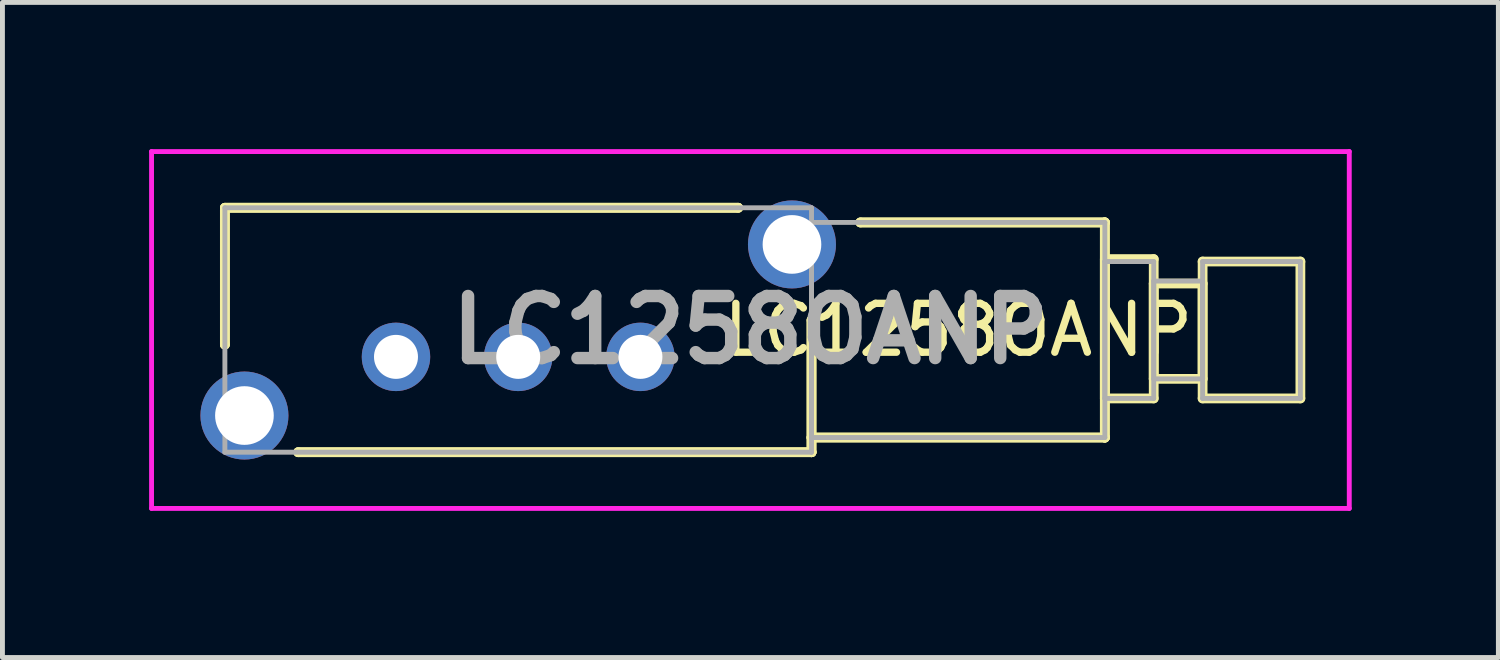
<source format=kicad_pcb>
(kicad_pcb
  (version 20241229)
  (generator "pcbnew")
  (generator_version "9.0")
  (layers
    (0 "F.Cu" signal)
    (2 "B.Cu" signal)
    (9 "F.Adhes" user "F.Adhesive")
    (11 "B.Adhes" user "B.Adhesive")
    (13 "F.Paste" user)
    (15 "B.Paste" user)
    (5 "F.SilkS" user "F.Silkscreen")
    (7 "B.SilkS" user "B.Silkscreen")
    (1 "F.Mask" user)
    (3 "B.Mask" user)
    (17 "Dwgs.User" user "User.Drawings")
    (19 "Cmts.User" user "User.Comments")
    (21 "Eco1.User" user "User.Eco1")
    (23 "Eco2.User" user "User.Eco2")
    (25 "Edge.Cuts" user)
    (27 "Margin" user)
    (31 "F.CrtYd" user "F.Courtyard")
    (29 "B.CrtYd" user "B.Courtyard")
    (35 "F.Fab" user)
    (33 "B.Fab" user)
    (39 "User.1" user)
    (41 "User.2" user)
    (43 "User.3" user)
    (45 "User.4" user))
  (footprint "LC1258OANP"
    (layer "F.Cu")
    (at 5.05 4.25)
    (property "Reference" "LC1258OANP" (at 11.5 -0.55 0) (layer "F.SilkS") (effects (font (size 1 1) (thickness 0.15))))
    (attr through_hole)
    (fp_line (start -3.5 -3.05) (end -3.5 -3.05) (stroke (width 0.2) (type solid)) (layer "F.SilkS"))
    (fp_line (start -3.5 -3.05) (end 7 -3.05) (stroke (width 0.2) (type solid)) (layer "F.SilkS"))
    (fp_line (start -3.5 -3) (end -3.5 -3) (stroke (width 0.2) (type solid)) (layer "F.SilkS"))
    (fp_line (start -3.5 -3) (end -3.5 -0.25) (stroke (width 0.2) (type solid)) (layer "F.SilkS"))
    (fp_line (start -3.5 -0.25) (end -3.5 -3) (stroke (width 0.2) (type solid)) (layer "F.SilkS"))
    (fp_line (start -3.5 -0.25) (end -3.5 -0.25) (stroke (width 0.2) (type solid)) (layer "F.SilkS"))
    (fp_line (start -2 1.95) (end -2 1.95) (stroke (width 0.2) (type solid)) (layer "F.SilkS"))
    (fp_line (start -2 1.95) (end 8.5 1.95) (stroke (width 0.2) (type solid)) (layer "F.SilkS"))
    (fp_line (start 7 -3.05) (end -3.5 -3.05) (stroke (width 0.2) (type solid)) (layer "F.SilkS"))
    (fp_line (start 7 -3.05) (end 7 -3.05) (stroke (width 0.2) (type solid)) (layer "F.SilkS"))
    (fp_line (start 8.5 -0.75) (end 8.5 -0.75) (stroke (width 0.2) (type solid)) (layer "F.SilkS"))
    (fp_line (start 8.5 -0.75) (end 8.5 1.95) (stroke (width 0.2) (type solid)) (layer "F.SilkS"))
    (fp_line (start 8.5 1.65) (end 8.5 1.65) (stroke (width 0.2) (type solid)) (layer "F.SilkS"))
    (fp_line (start 8.5 1.65) (end 14.5 1.65) (stroke (width 0.2) (type solid)) (layer "F.SilkS"))
    (fp_line (start 8.5 1.95) (end -2 1.95) (stroke (width 0.2) (type solid)) (layer "F.SilkS"))
    (fp_line (start 8.5 1.95) (end 8.5 -0.75) (stroke (width 0.2) (type solid)) (layer "F.SilkS"))
    (fp_line (start 8.5 1.95) (end 8.5 1.95) (stroke (width 0.2) (type solid)) (layer "F.SilkS"))
    (fp_line (start 8.5 1.95) (end 8.5 1.95) (stroke (width 0.2) (type solid)) (layer "F.SilkS"))
    (fp_line (start 9.5 -2.75) (end 9.5 -2.75) (stroke (width 0.2) (type solid)) (layer "F.SilkS"))
    (fp_line (start 9.5 -2.75) (end 14.5 -2.75) (stroke (width 0.2) (type solid)) (layer "F.SilkS"))
    (fp_line (start 14.5 -2.75) (end 9.5 -2.75) (stroke (width 0.2) (type solid)) (layer "F.SilkS"))
    (fp_line (start 14.5 -2.75) (end 14.5 -2.75) (stroke (width 0.2) (type solid)) (layer "F.SilkS"))
    (fp_line (start 14.5 -2.75) (end 14.5 -2.75) (stroke (width 0.2) (type solid)) (layer "F.SilkS"))
    (fp_line (start 14.5 -2.75) (end 14.5 1.65) (stroke (width 0.2) (type solid)) (layer "F.SilkS"))
    (fp_line (start 14.5 -2) (end 14.5 0.85) (stroke (width 0.2) (type solid)) (layer "F.SilkS"))
    (fp_line (start 14.5 0.85) (end 15.5 0.85) (stroke (width 0.2) (type solid)) (layer "F.SilkS"))
    (fp_line (start 14.5 1.65) (end 8.5 1.65) (stroke (width 0.2) (type solid)) (layer "F.SilkS"))
    (fp_line (start 14.5 1.65) (end 14.5 -2.75) (stroke (width 0.2) (type solid)) (layer "F.SilkS"))
    (fp_line (start 14.5 1.65) (end 14.5 1.65) (stroke (width 0.2) (type solid)) (layer "F.SilkS"))
    (fp_line (start 14.5 1.65) (end 14.5 1.65) (stroke (width 0.2) (type solid)) (layer "F.SilkS"))
    (fp_line (start 15.5 -2) (end 14.5 -2) (stroke (width 0.2) (type solid)) (layer "F.SilkS"))
    (fp_line (start 15.5 -1.5) (end 15.5 0.45) (stroke (width 0.2) (type solid)) (layer "F.SilkS"))
    (fp_line (start 15.5 0.45) (end 16.5 0.45) (stroke (width 0.2) (type solid)) (layer "F.SilkS"))
    (fp_line (start 15.5 0.85) (end 15.5 -2) (stroke (width 0.2) (type solid)) (layer "F.SilkS"))
    (fp_line (start 16.5 -1.95) (end 16.5 0.85) (stroke (width 0.2) (type solid)) (layer "F.SilkS"))
    (fp_line (start 16.5 -1.5) (end 15.5 -1.5) (stroke (width 0.2) (type solid)) (layer "F.SilkS"))
    (fp_line (start 16.5 0.45) (end 16.5 -1.5) (stroke (width 0.2) (type solid)) (layer "F.SilkS"))
    (fp_line (start 16.5 0.85) (end 18.5 0.85) (stroke (width 0.2) (type solid)) (layer "F.SilkS"))
    (fp_line (start 18.5 -1.95) (end 16.5 -1.95) (stroke (width 0.2) (type solid)) (layer "F.SilkS"))
    (fp_line (start 18.5 0.85) (end 18.5 -1.95) (stroke (width 0.2) (type solid)) (layer "F.SilkS"))
    (fp_line (start -5 -4.2) (end 19.5 -4.2) (stroke (width 0.1) (type solid)) (layer "F.CrtYd"))
    (fp_line (start -5 3.1) (end -5 -4.2) (stroke (width 0.1) (type solid)) (layer "F.CrtYd"))
    (fp_line (start 19.5 -4.2) (end 19.5 3.1) (stroke (width 0.1) (type solid)) (layer "F.CrtYd"))
    (fp_line (start 19.5 3.1) (end -5 3.1) (stroke (width 0.1) (type solid)) (layer "F.CrtYd"))
    (fp_line (start -3.5 -3.05) (end -3.5 1.95) (stroke (width 0.1) (type solid)) (layer "F.Fab"))
    (fp_line (start -3.5 1.95) (end 8.5 1.95) (stroke (width 0.1) (type solid)) (layer "F.Fab"))
    (fp_line (start 8.5 -3.05) (end -3.5 -3.05) (stroke (width 0.1) (type solid)) (layer "F.Fab"))
    (fp_line (start 8.5 -2.75) (end 8.5 1.65) (stroke (width 0.1) (type solid)) (layer "F.Fab"))
    (fp_line (start 8.5 1.65) (end 14.5 1.65) (stroke (width 0.1) (type solid)) (layer "F.Fab"))
    (fp_line (start 8.5 1.95) (end 8.5 -3.05) (stroke (width 0.1) (type solid)) (layer "F.Fab"))
    (fp_line (start 14.5 -2.75) (end 8.5 -2.75) (stroke (width 0.1) (type solid)) (layer "F.Fab"))
    (fp_line (start 14.5 -1.95) (end 14.5 0.85) (stroke (width 0.1) (type solid)) (layer "F.Fab"))
    (fp_line (start 14.5 0.85) (end 15.5 0.85) (stroke (width 0.1) (type solid)) (layer "F.Fab"))
    (fp_line (start 14.5 1.65) (end 14.5 -2.75) (stroke (width 0.1) (type solid)) (layer "F.Fab"))
    (fp_line (start 15.5 -1.95) (end 14.5 -1.95) (stroke (width 0.1) (type solid)) (layer "F.Fab"))
    (fp_line (start 15.5 -1.55) (end 15.5 0.45) (stroke (width 0.1) (type solid)) (layer "F.Fab"))
    (fp_line (start 15.5 0.45) (end 16.5 0.45) (stroke (width 0.1) (type solid)) (layer "F.Fab"))
    (fp_line (start 15.5 0.85) (end 15.5 -1.95) (stroke (width 0.1) (type solid)) (layer "F.Fab"))
    (fp_line (start 16.5 -1.95) (end 16.5 0.85) (stroke (width 0.1) (type solid)) (layer "F.Fab"))
    (fp_line (start 16.5 -1.55) (end 15.5 -1.55) (stroke (width 0.1) (type solid)) (layer "F.Fab"))
    (fp_line (start 16.5 0.45) (end 16.5 -1.55) (stroke (width 0.1) (type solid)) (layer "F.Fab"))
    (fp_line (start 16.5 0.85) (end 18.5 0.85) (stroke (width 0.1) (type solid)) (layer "F.Fab"))
    (fp_line (start 18.5 -1.95) (end 16.5 -1.95) (stroke (width 0.1) (type solid)) (layer "F.Fab"))
    (fp_line (start 18.5 0.85) (end 18.5 -1.95) (stroke (width 0.1) (type solid)) (layer "F.Fab"))
    (fp_text user "${REFERENCE}" (at 7.25 -0.55 0) (layer "F.Fab") (effects (font (size 1.27 1.27) (thickness 0.254))))
    (pad "1" thru_hole circle (at 0 0) (size 1.4 1.4) (drill 0.9) (layers "*.Cu" "*.Mask"))
    (pad "2" thru_hole circle (at 2.5 0) (size 1.4 1.4) (drill 0.9) (layers "*.Cu" "*.Mask"))
    (pad "3" thru_hole circle (at 5 0) (size 1.4 1.4) (drill 0.9) (layers "*.Cu" "*.Mask"))
    (pad "MH1" thru_hole circle (at -3.1 1.2) (size 1.8 1.8) (drill 1.2) (layers "*.Cu" "*.Mask"))
    (pad "MH2" thru_hole circle (at 8.1 -2.3) (size 1.8 1.8) (drill 1.2) (layers "*.Cu" "*.Mask")))
  (gr_rect
    (start -3 -3)
    (end 27.6 10.4)
    (stroke (width 0.1) (type default))
    (fill no)
    (layer "Edge.Cuts")))
</source>
